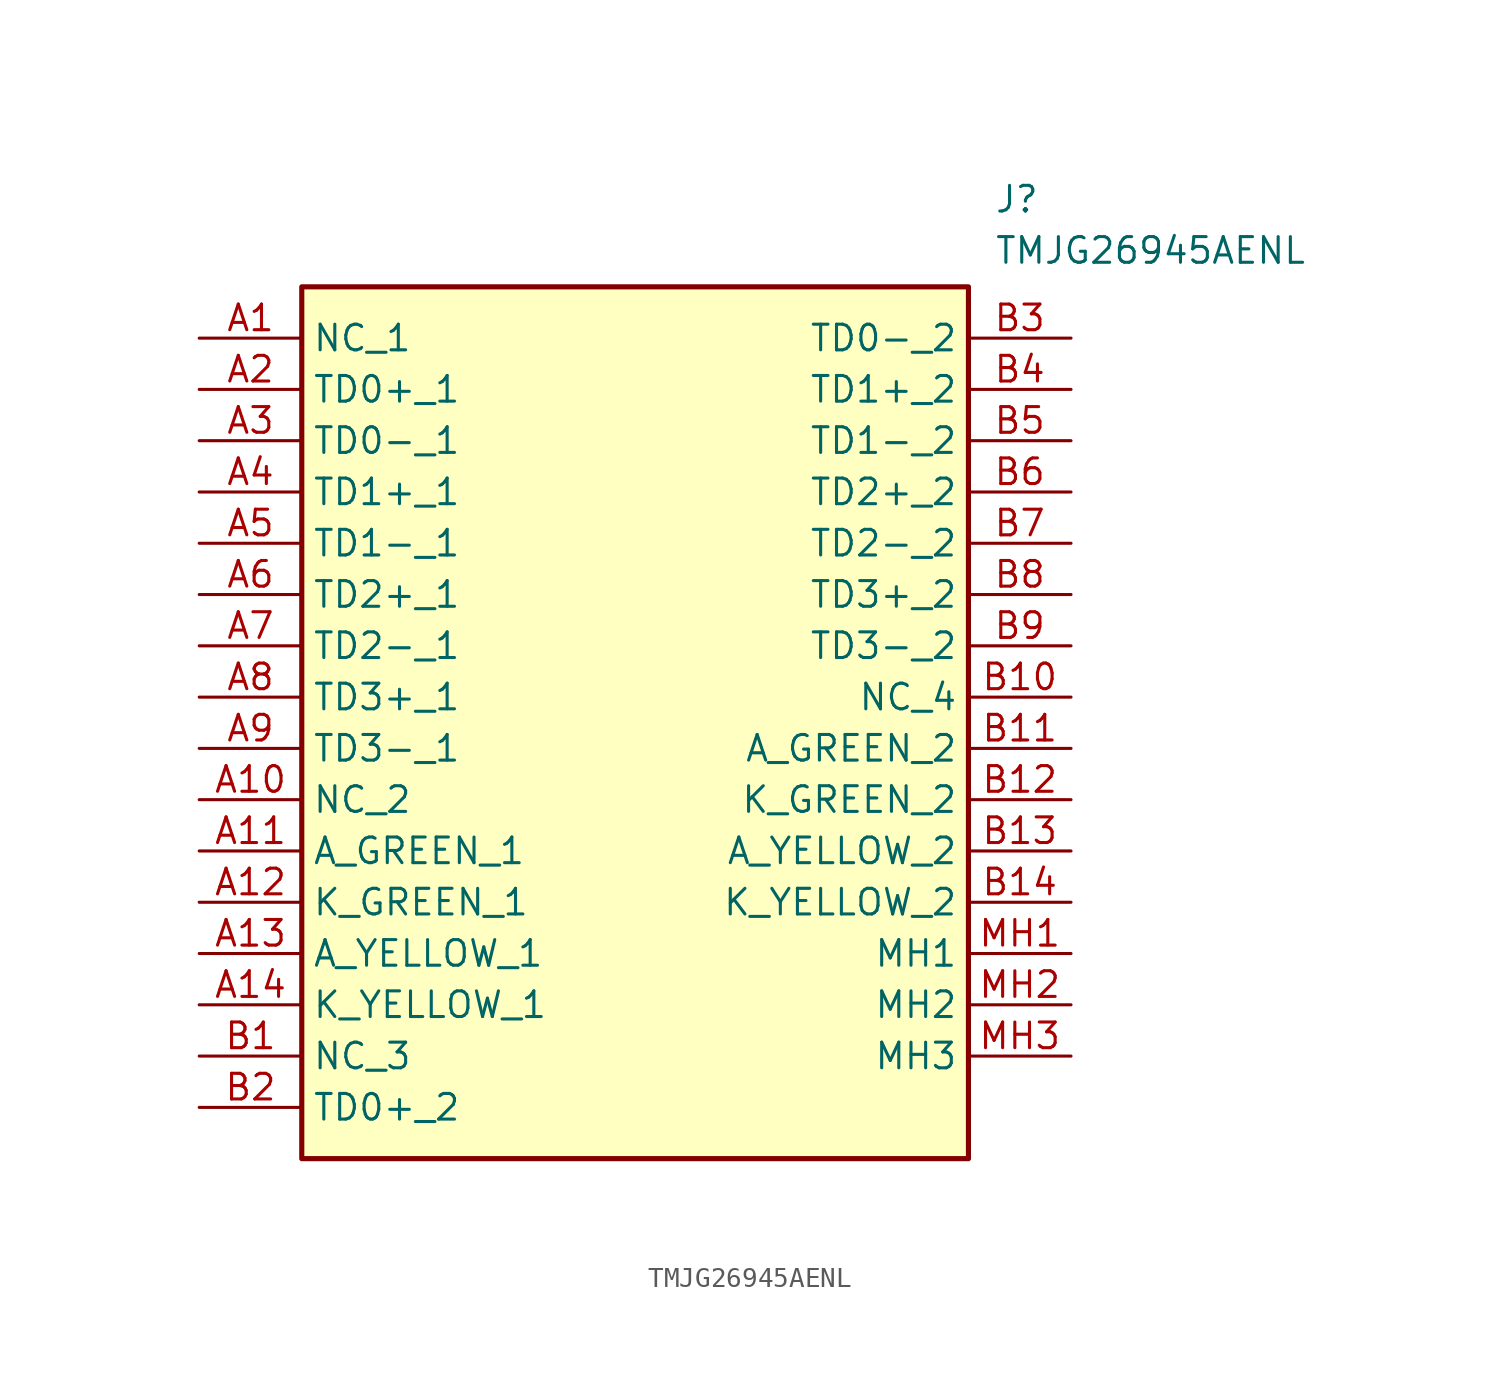
<source format=kicad_sym>
(kicad_symbol_lib
  (version 20211014)
  (generator SamacSys_ECAD_Model)
  (symbol "TMJG26945AENL"
    (property "Reference" "J"
      (at 39.37 7.62 0)
      (effects (font (size 1.27 1.27)) (justify left top)))
    (property "Value" "TMJG26945AENL"
      (at 39.37 5.08 0)
      (effects (font (size 1.27 1.27)) (justify left top)))
    (rectangle
      (start 5.08 2.54)
      (end 38.1 -40.64)
      (stroke (width 0.254) (type default))
      (fill (type background)))
    (pin passive line
      (at 0 0 0)
      (length 5.08)
      (name "NC_1" (effects (font (size 1.27 1.27))))
      (number "A1" (effects (font (size 1.27 1.27)))))
    (pin passive line
      (at 0 -2.54 0)
      (length 5.08)
      (name "TD0+_1" (effects (font (size 1.27 1.27))))
      (number "A2" (effects (font (size 1.27 1.27)))))
    (pin passive line
      (at 0 -5.08 0)
      (length 5.08)
      (name "TD0-_1" (effects (font (size 1.27 1.27))))
      (number "A3" (effects (font (size 1.27 1.27)))))
    (pin passive line
      (at 0 -7.62 0)
      (length 5.08)
      (name "TD1+_1" (effects (font (size 1.27 1.27))))
      (number "A4" (effects (font (size 1.27 1.27)))))
    (pin passive line
      (at 0 -10.16 0)
      (length 5.08)
      (name "TD1-_1" (effects (font (size 1.27 1.27))))
      (number "A5" (effects (font (size 1.27 1.27)))))
    (pin passive line
      (at 0 -12.7 0)
      (length 5.08)
      (name "TD2+_1" (effects (font (size 1.27 1.27))))
      (number "A6" (effects (font (size 1.27 1.27)))))
    (pin passive line
      (at 0 -15.24 0)
      (length 5.08)
      (name "TD2-_1" (effects (font (size 1.27 1.27))))
      (number "A7" (effects (font (size 1.27 1.27)))))
    (pin passive line
      (at 0 -17.78 0)
      (length 5.08)
      (name "TD3+_1" (effects (font (size 1.27 1.27))))
      (number "A8" (effects (font (size 1.27 1.27)))))
    (pin passive line
      (at 0 -20.32 0)
      (length 5.08)
      (name "TD3-_1" (effects (font (size 1.27 1.27))))
      (number "A9" (effects (font (size 1.27 1.27)))))
    (pin passive line
      (at 0 -22.86 0)
      (length 5.08)
      (name "NC_2" (effects (font (size 1.27 1.27))))
      (number "A10" (effects (font (size 1.27 1.27)))))
    (pin passive line
      (at 0 -25.4 0)
      (length 5.08)
      (name "A_GREEN_1" (effects (font (size 1.27 1.27))))
      (number "A11" (effects (font (size 1.27 1.27)))))
    (pin passive line
      (at 0 -27.94 0)
      (length 5.08)
      (name "K_GREEN_1" (effects (font (size 1.27 1.27))))
      (number "A12" (effects (font (size 1.27 1.27)))))
    (pin passive line
      (at 0 -30.48 0)
      (length 5.08)
      (name "A_YELLOW_1" (effects (font (size 1.27 1.27))))
      (number "A13" (effects (font (size 1.27 1.27)))))
    (pin passive line
      (at 0 -33.02 0)
      (length 5.08)
      (name "K_YELLOW_1" (effects (font (size 1.27 1.27))))
      (number "A14" (effects (font (size 1.27 1.27)))))
    (pin passive line
      (at 0 -35.56 0)
      (length 5.08)
      (name "NC_3" (effects (font (size 1.27 1.27))))
      (number "B1" (effects (font (size 1.27 1.27)))))
    (pin passive line
      (at 0 -38.1 0)
      (length 5.08)
      (name "TD0+_2" (effects (font (size 1.27 1.27))))
      (number "B2" (effects (font (size 1.27 1.27)))))
    (pin passive line
      (at 43.18 0 180)
      (length 5.08)
      (name "TD0-_2" (effects (font (size 1.27 1.27))))
      (number "B3" (effects (font (size 1.27 1.27)))))
    (pin passive line
      (at 43.18 -2.54 180)
      (length 5.08)
      (name "TD1+_2" (effects (font (size 1.27 1.27))))
      (number "B4" (effects (font (size 1.27 1.27)))))
    (pin passive line
      (at 43.18 -5.08 180)
      (length 5.08)
      (name "TD1-_2" (effects (font (size 1.27 1.27))))
      (number "B5" (effects (font (size 1.27 1.27)))))
    (pin passive line
      (at 43.18 -7.62 180)
      (length 5.08)
      (name "TD2+_2" (effects (font (size 1.27 1.27))))
      (number "B6" (effects (font (size 1.27 1.27)))))
    (pin passive line
      (at 43.18 -10.16 180)
      (length 5.08)
      (name "TD2-_2" (effects (font (size 1.27 1.27))))
      (number "B7" (effects (font (size 1.27 1.27)))))
    (pin passive line
      (at 43.18 -12.7 180)
      (length 5.08)
      (name "TD3+_2" (effects (font (size 1.27 1.27))))
      (number "B8" (effects (font (size 1.27 1.27)))))
    (pin passive line
      (at 43.18 -15.24 180)
      (length 5.08)
      (name "TD3-_2" (effects (font (size 1.27 1.27))))
      (number "B9" (effects (font (size 1.27 1.27)))))
    (pin passive line
      (at 43.18 -17.78 180)
      (length 5.08)
      (name "NC_4" (effects (font (size 1.27 1.27))))
      (number "B10" (effects (font (size 1.27 1.27)))))
    (pin passive line
      (at 43.18 -20.32 180)
      (length 5.08)
      (name "A_GREEN_2" (effects (font (size 1.27 1.27))))
      (number "B11" (effects (font (size 1.27 1.27)))))
    (pin passive line
      (at 43.18 -22.86 180)
      (length 5.08)
      (name "K_GREEN_2" (effects (font (size 1.27 1.27))))
      (number "B12" (effects (font (size 1.27 1.27)))))
    (pin passive line
      (at 43.18 -25.4 180)
      (length 5.08)
      (name "A_YELLOW_2" (effects (font (size 1.27 1.27))))
      (number "B13" (effects (font (size 1.27 1.27)))))
    (pin passive line
      (at 43.18 -27.94 180)
      (length 5.08)
      (name "K_YELLOW_2" (effects (font (size 1.27 1.27))))
      (number "B14" (effects (font (size 1.27 1.27)))))
    (pin passive line
      (at 43.18 -30.48 180)
      (length 5.08)
      (name "MH1" (effects (font (size 1.27 1.27))))
      (number "MH1" (effects (font (size 1.27 1.27)))))
    (pin passive line
      (at 43.18 -33.02 180)
      (length 5.08)
      (name "MH2" (effects (font (size 1.27 1.27))))
      (number "MH2" (effects (font (size 1.27 1.27)))))
    (pin passive line
      (at 43.18 -35.56 180)
      (length 5.08)
      (name "MH3" (effects (font (size 1.27 1.27))))
      (number "MH3" (effects (font (size 1.27 1.27)))))))
</source>
